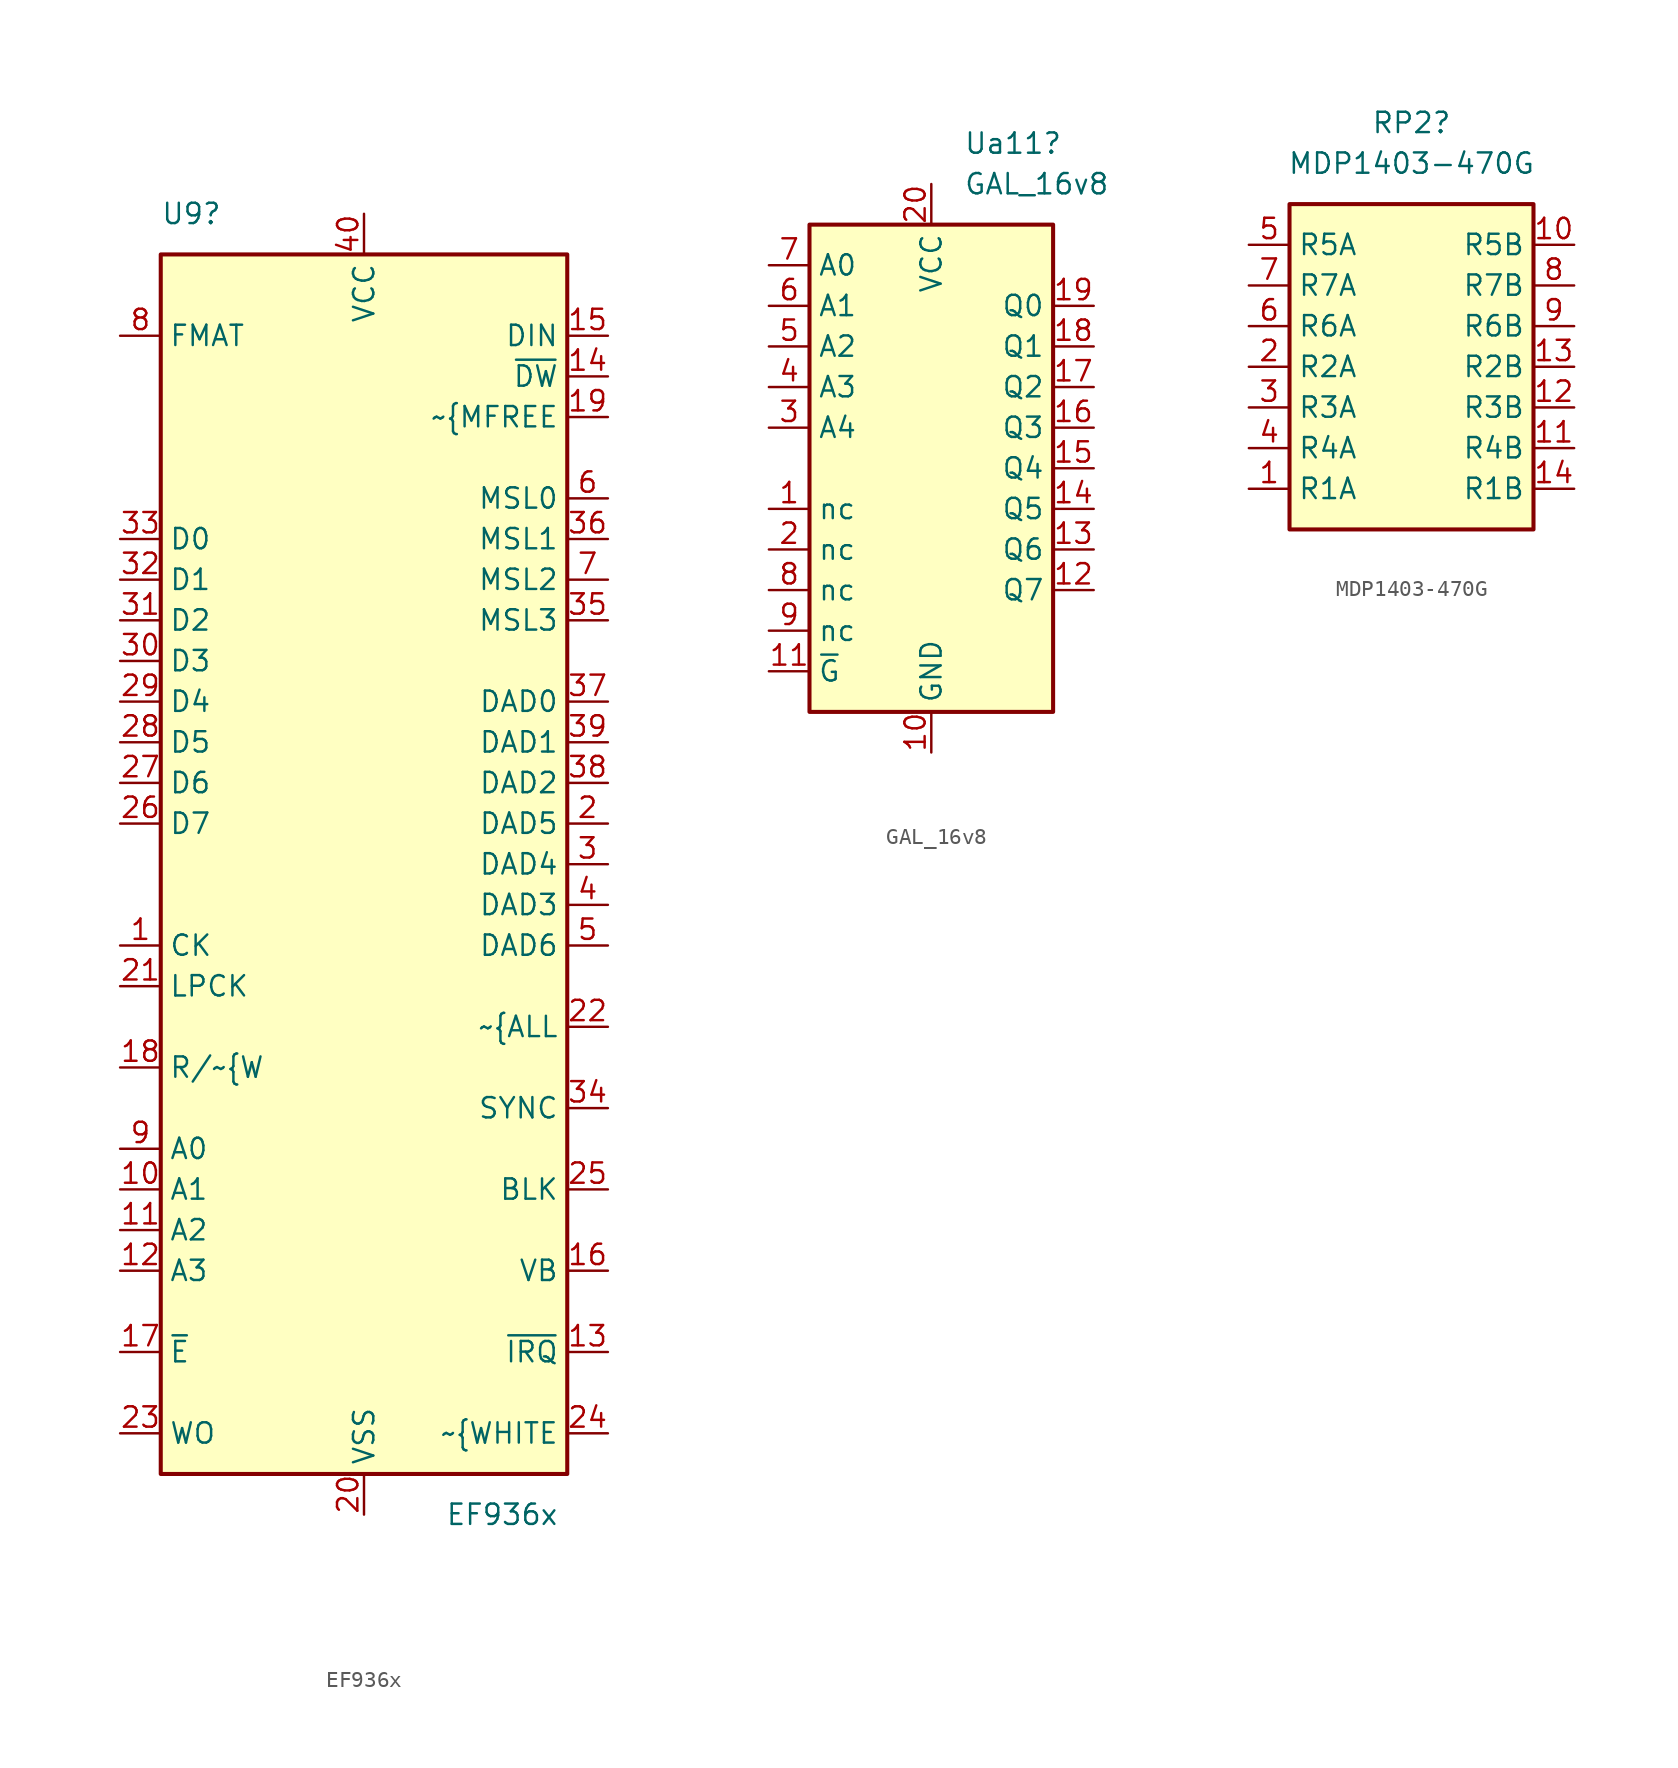
<source format=kicad_sym>
(kicad_symbol_lib
  (version 20211014)
  (generator kicad_symbol_editor)
  (symbol "EF936x"
    (property "Reference" "U9"
      (at -12.7 40.64 0)
      (effects (font (size 1.27 1.27)) (justify left)))
    (property "Value" "EF936x"
      (at 5.08 -40.64 0)
      (effects (font (size 1.27 1.27)) (justify left)))
    (symbol "EF936x_0_1"
      (rectangle (start -12.7 38.1) (end 12.7 -38.1) (stroke (width 0.254) (type default) (color 0 0 0 0)) (fill (type background))))
    (symbol "EF936x_1_1"
      (pin input line (at -15.24 -5.08 0) (length 2.54) (name "CK" (effects (font (size 1.27 1.27)))) (number "1" (effects (font (size 1.27 1.27)))))
      (pin input line (at -15.24 -20.32 0) (length 2.54) (name "A1" (effects (font (size 1.27 1.27)))) (number "10" (effects (font (size 1.27 1.27)))))
      (pin input line (at -15.24 -22.86 0) (length 2.54) (name "A2" (effects (font (size 1.27 1.27)))) (number "11" (effects (font (size 1.27 1.27)))))
      (pin input line (at -15.24 -25.4 0) (length 2.54) (name "A3" (effects (font (size 1.27 1.27)))) (number "12" (effects (font (size 1.27 1.27)))))
      (pin output line (at 15.24 -30.48 180) (length 2.54) (name "~{IRQ}" (effects (font (size 1.27 1.27)))) (number "13" (effects (font (size 1.27 1.27)))))
      (pin output line (at 15.24 30.48 180) (length 2.54) (name "~{DW}" (effects (font (size 1.27 1.27)))) (number "14" (effects (font (size 1.27 1.27)))))
      (pin output line (at 15.24 33.02 180) (length 2.54) (name "DIN" (effects (font (size 1.27 1.27)))) (number "15" (effects (font (size 1.27 1.27)))))
      (pin output line (at 15.24 -25.4 180) (length 2.54) (name "VB" (effects (font (size 1.27 1.27)))) (number "16" (effects (font (size 1.27 1.27)))))
      (pin input line (at -15.24 -30.48 0) (length 2.54) (name "~{E}" (effects (font (size 1.27 1.27)))) (number "17" (effects (font (size 1.27 1.27)))))
      (pin input line (at -15.24 -12.7 0) (length 2.54) (name "R/~{W" (effects (font (size 1.27 1.27)))) (number "18" (effects (font (size 1.27 1.27)))))
      (pin output line (at 15.24 27.94 180) (length 2.54) (name "~{MFREE" (effects (font (size 1.27 1.27)))) (number "19" (effects (font (size 1.27 1.27)))))
      (pin output line (at 15.24 2.54 180) (length 2.54) (name "DAD5" (effects (font (size 1.27 1.27)))) (number "2" (effects (font (size 1.27 1.27)))))
      (pin power_in line (at 0 -40.64 90) (length 2.54) (name "VSS" (effects (font (size 1.27 1.27)))) (number "20" (effects (font (size 1.27 1.27)))))
      (pin input line (at -15.24 -7.62 0) (length 2.54) (name "LPCK" (effects (font (size 1.27 1.27)))) (number "21" (effects (font (size 1.27 1.27)))))
      (pin output line (at 15.24 -10.16 180) (length 2.54) (name "~{ALL" (effects (font (size 1.27 1.27)))) (number "22" (effects (font (size 1.27 1.27)))))
      (pin input line (at -15.24 -35.56 0) (length 2.54) (name "WO" (effects (font (size 1.27 1.27)))) (number "23" (effects (font (size 1.27 1.27)))))
      (pin output line (at 15.24 -35.56 180) (length 2.54) (name "~{WHITE" (effects (font (size 1.27 1.27)))) (number "24" (effects (font (size 1.27 1.27)))))
      (pin output line (at 15.24 -20.32 180) (length 2.54) (name "BLK" (effects (font (size 1.27 1.27)))) (number "25" (effects (font (size 1.27 1.27)))))
      (pin bidirectional line (at -15.24 2.54 0) (length 2.54) (name "D7" (effects (font (size 1.27 1.27)))) (number "26" (effects (font (size 1.27 1.27)))))
      (pin bidirectional line (at -15.24 5.08 0) (length 2.54) (name "D6" (effects (font (size 1.27 1.27)))) (number "27" (effects (font (size 1.27 1.27)))))
      (pin bidirectional line (at -15.24 7.62 0) (length 2.54) (name "D5" (effects (font (size 1.27 1.27)))) (number "28" (effects (font (size 1.27 1.27)))))
      (pin bidirectional line (at -15.24 10.16 0) (length 2.54) (name "D4" (effects (font (size 1.27 1.27)))) (number "29" (effects (font (size 1.27 1.27)))))
      (pin output line (at 15.24 0 180) (length 2.54) (name "DAD4" (effects (font (size 1.27 1.27)))) (number "3" (effects (font (size 1.27 1.27)))))
      (pin bidirectional line (at -15.24 12.7 0) (length 2.54) (name "D3" (effects (font (size 1.27 1.27)))) (number "30" (effects (font (size 1.27 1.27)))))
      (pin bidirectional line (at -15.24 15.24 0) (length 2.54) (name "D2" (effects (font (size 1.27 1.27)))) (number "31" (effects (font (size 1.27 1.27)))))
      (pin bidirectional line (at -15.24 17.78 0) (length 2.54) (name "D1" (effects (font (size 1.27 1.27)))) (number "32" (effects (font (size 1.27 1.27)))))
      (pin bidirectional line (at -15.24 20.32 0) (length 2.54) (name "D0" (effects (font (size 1.27 1.27)))) (number "33" (effects (font (size 1.27 1.27)))))
      (pin output line (at 15.24 -15.24 180) (length 2.54) (name "SYNC" (effects (font (size 1.27 1.27)))) (number "34" (effects (font (size 1.27 1.27)))))
      (pin output line (at 15.24 15.24 180) (length 2.54) (name "MSL3" (effects (font (size 1.27 1.27)))) (number "35" (effects (font (size 1.27 1.27)))))
      (pin output line (at 15.24 20.32 180) (length 2.54) (name "MSL1" (effects (font (size 1.27 1.27)))) (number "36" (effects (font (size 1.27 1.27)))))
      (pin output line (at 15.24 10.16 180) (length 2.54) (name "DAD0" (effects (font (size 1.27 1.27)))) (number "37" (effects (font (size 1.27 1.27)))))
      (pin output line (at 15.24 5.08 180) (length 2.54) (name "DAD2" (effects (font (size 1.27 1.27)))) (number "38" (effects (font (size 1.27 1.27)))))
      (pin output line (at 15.24 7.62 180) (length 2.54) (name "DAD1" (effects (font (size 1.27 1.27)))) (number "39" (effects (font (size 1.27 1.27)))))
      (pin output line (at 15.24 -2.54 180) (length 2.54) (name "DAD3" (effects (font (size 1.27 1.27)))) (number "4" (effects (font (size 1.27 1.27)))))
      (pin power_in line (at 0 40.64 270) (length 2.54) (name "VCC" (effects (font (size 1.27 1.27)))) (number "40" (effects (font (size 1.27 1.27)))))
      (pin output line (at 15.24 -5.08 180) (length 2.54) (name "DAD6" (effects (font (size 1.27 1.27)))) (number "5" (effects (font (size 1.27 1.27)))))
      (pin output line (at 15.24 22.86 180) (length 2.54) (name "MSL0" (effects (font (size 1.27 1.27)))) (number "6" (effects (font (size 1.27 1.27)))))
      (pin output line (at 15.24 17.78 180) (length 2.54) (name "MSL2" (effects (font (size 1.27 1.27)))) (number "7" (effects (font (size 1.27 1.27)))))
      (pin input line (at -15.24 33.02 0) (length 2.54) (name "FMAT" (effects (font (size 1.27 1.27)))) (number "8" (effects (font (size 1.27 1.27)))))
      (pin input line (at -15.24 -17.78 0) (length 2.54) (name "A0" (effects (font (size 1.27 1.27)))) (number "9" (effects (font (size 1.27 1.27)))))))
  (symbol "GAL_16v8"
    (property "Reference" "Ua11"
      (at 2.019 20.32 0)
      (effects (font (size 1.27 1.27)) (justify left)))
    (property "Value" "GAL_16v8"
      (at 2.019 17.78 0)
      (effects (font (size 1.27 1.27)) (justify left)))
    (symbol "GAL_16v8_0_1"
      (rectangle (start -7.62 15.24) (end 7.62 -15.24) (stroke (width 0.254) (type default) (color 0 0 0 0)) (fill (type background))))
    (symbol "GAL_16v8_1_1"
      (pin input line (at -10.16 -2.54 0) (length 2.54) (name "nc" (effects (font (size 1.27 1.27)))) (number "1" (effects (font (size 1.27 1.27)))))
      (pin power_in line (at 0 -17.78 90) (length 2.54) (name "GND" (effects (font (size 1.27 1.27)))) (number "10" (effects (font (size 1.27 1.27)))))
      (pin input line (at -10.16 -12.7 0) (length 2.54) (name "~{G}" (effects (font (size 1.27 1.27)))) (number "11" (effects (font (size 1.27 1.27)))))
      (pin output line (at 10.16 -7.62 180) (length 2.54) (name "Q7" (effects (font (size 1.27 1.27)))) (number "12" (effects (font (size 1.27 1.27)))))
      (pin output line (at 10.16 -5.08 180) (length 2.54) (name "Q6" (effects (font (size 1.27 1.27)))) (number "13" (effects (font (size 1.27 1.27)))))
      (pin output line (at 10.16 -2.54 180) (length 2.54) (name "Q5" (effects (font (size 1.27 1.27)))) (number "14" (effects (font (size 1.27 1.27)))))
      (pin output line (at 10.16 0 180) (length 2.54) (name "Q4" (effects (font (size 1.27 1.27)))) (number "15" (effects (font (size 1.27 1.27)))))
      (pin output line (at 10.16 2.54 180) (length 2.54) (name "Q3" (effects (font (size 1.27 1.27)))) (number "16" (effects (font (size 1.27 1.27)))))
      (pin output line (at 10.16 5.08 180) (length 2.54) (name "Q2" (effects (font (size 1.27 1.27)))) (number "17" (effects (font (size 1.27 1.27)))))
      (pin output line (at 10.16 7.62 180) (length 2.54) (name "Q1" (effects (font (size 1.27 1.27)))) (number "18" (effects (font (size 1.27 1.27)))))
      (pin output line (at 10.16 10.16 180) (length 2.54) (name "Q0" (effects (font (size 1.27 1.27)))) (number "19" (effects (font (size 1.27 1.27)))))
      (pin input line (at -10.16 -5.08 0) (length 2.54) (name "nc" (effects (font (size 1.27 1.27)))) (number "2" (effects (font (size 1.27 1.27)))))
      (pin power_in line (at 0 17.78 270) (length 2.54) (name "VCC" (effects (font (size 1.27 1.27)))) (number "20" (effects (font (size 1.27 1.27)))))
      (pin input line (at -10.16 2.54 0) (length 2.54) (name "A4" (effects (font (size 1.27 1.27)))) (number "3" (effects (font (size 1.27 1.27)))))
      (pin input line (at -10.16 5.08 0) (length 2.54) (name "A3" (effects (font (size 1.27 1.27)))) (number "4" (effects (font (size 1.27 1.27)))))
      (pin input line (at -10.16 7.62 0) (length 2.54) (name "A2" (effects (font (size 1.27 1.27)))) (number "5" (effects (font (size 1.27 1.27)))))
      (pin input line (at -10.16 10.16 0) (length 2.54) (name "A1" (effects (font (size 1.27 1.27)))) (number "6" (effects (font (size 1.27 1.27)))))
      (pin input line (at -10.16 12.7 0) (length 2.54) (name "A0" (effects (font (size 1.27 1.27)))) (number "7" (effects (font (size 1.27 1.27)))))
      (pin input line (at -10.16 -7.62 0) (length 2.54) (name "nc" (effects (font (size 1.27 1.27)))) (number "8" (effects (font (size 1.27 1.27)))))
      (pin input line (at -10.16 -10.16 0) (length 2.54) (name "nc" (effects (font (size 1.27 1.27)))) (number "9" (effects (font (size 1.27 1.27)))))))
  (symbol "MDP1403-470G"
    (property "Reference" "RP2"
      (at 0 15.24 0)
      (effects (font (size 1.27 1.27))))
    (property "Value" "MDP1403-470G"
      (at 0 12.7 0)
      (effects (font (size 1.27 1.27))))
    (symbol "MDP1403-470G_0_1"
      (rectangle (start -7.62 10.16) (end 7.62 -10.16) (stroke (width 0.254) (type default) (color 0 0 0 0)) (fill (type background))))
    (symbol "MDP1403-470G_1_1"
      (pin bidirectional line (at -10.16 -7.62 0) (length 2.54) (name "R1A" (effects (font (size 1.27 1.27)))) (number "1" (effects (font (size 1.27 1.27)))))
      (pin bidirectional line (at 10.16 7.62 180) (length 2.54) (name "R5B" (effects (font (size 1.27 1.27)))) (number "10" (effects (font (size 1.27 1.27)))))
      (pin bidirectional line (at 10.16 -5.08 180) (length 2.54) (name "R4B" (effects (font (size 1.27 1.27)))) (number "11" (effects (font (size 1.27 1.27)))))
      (pin bidirectional line (at 10.16 -2.54 180) (length 2.54) (name "R3B" (effects (font (size 1.27 1.27)))) (number "12" (effects (font (size 1.27 1.27)))))
      (pin bidirectional line (at 10.16 0 180) (length 2.54) (name "R2B" (effects (font (size 1.27 1.27)))) (number "13" (effects (font (size 1.27 1.27)))))
      (pin bidirectional line (at 10.16 -7.62 180) (length 2.54) (name "R1B" (effects (font (size 1.27 1.27)))) (number "14" (effects (font (size 1.27 1.27)))))
      (pin bidirectional line (at -10.16 0 0) (length 2.54) (name "R2A" (effects (font (size 1.27 1.27)))) (number "2" (effects (font (size 1.27 1.27)))))
      (pin bidirectional line (at -10.16 -2.54 0) (length 2.54) (name "R3A" (effects (font (size 1.27 1.27)))) (number "3" (effects (font (size 1.27 1.27)))))
      (pin bidirectional line (at -10.16 -5.08 0) (length 2.54) (name "R4A" (effects (font (size 1.27 1.27)))) (number "4" (effects (font (size 1.27 1.27)))))
      (pin bidirectional line (at -10.16 7.62 0) (length 2.54) (name "R5A" (effects (font (size 1.27 1.27)))) (number "5" (effects (font (size 1.27 1.27)))))
      (pin bidirectional line (at -10.16 2.54 0) (length 2.54) (name "R6A" (effects (font (size 1.27 1.27)))) (number "6" (effects (font (size 1.27 1.27)))))
      (pin bidirectional line (at -10.16 5.08 0) (length 2.54) (name "R7A" (effects (font (size 1.27 1.27)))) (number "7" (effects (font (size 1.27 1.27)))))
      (pin bidirectional line (at 10.16 5.08 180) (length 2.54) (name "R7B" (effects (font (size 1.27 1.27)))) (number "8" (effects (font (size 1.27 1.27)))))
      (pin bidirectional line (at 10.16 2.54 180) (length 2.54) (name "R6B" (effects (font (size 1.27 1.27)))) (number "9" (effects (font (size 1.27 1.27))))))))
</source>
